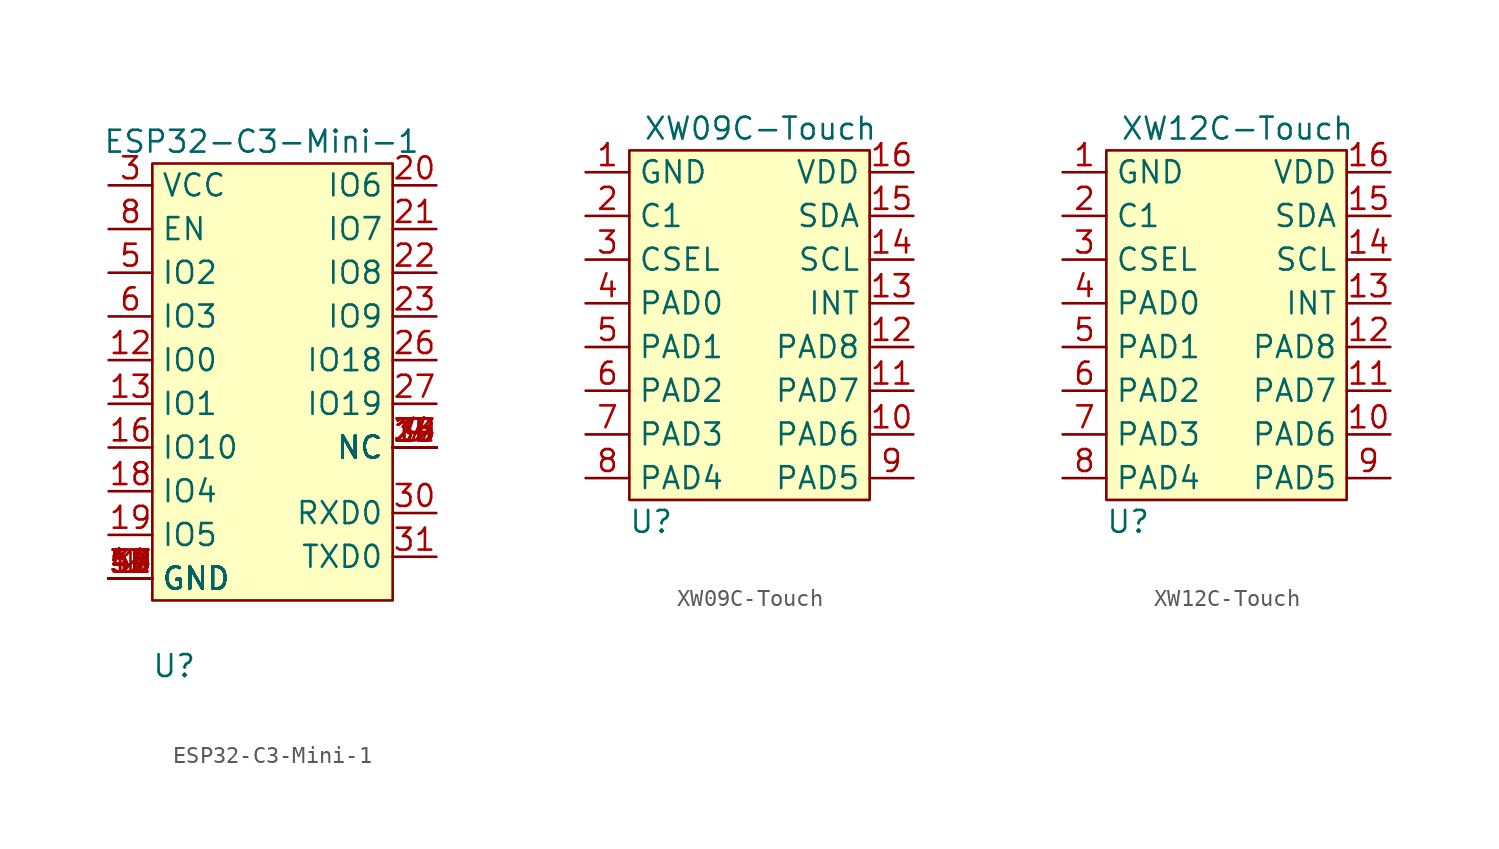
<source format=kicad_sym>
(kicad_symbol_lib
  (version 20210619)
  (generator kicad_symbol_editor)
  (symbol "TouchSplit:ESP32-C3-Mini-1"
    (property "Reference" "U"
      (at -5.08 -16.51 0)
      (effects (font (size 1.27 1.27))))
    (property "Value" "ESP32-C3-Mini-1"
      (at 0 13.97 0)
      (effects (font (size 1.27 1.27))))
    (symbol "ESP32-C3-Mini-1_0_1"
      (rectangle (start -6.35 12.7) (end 7.62 -12.7) (stroke (width 0.152)) (fill (type background))))
    (symbol "ESP32-C3-Mini-1_1_1"
      (pin input line (at -8.89 -11.43 0) (length 2.54) (name "GND" (effects (font (size 1.27 1.27)))) (number "1" (effects (font (size 1.27 1.27)))))
      (pin input line (at 10.16 -3.81 180) (length 2.54) (name "NC" (effects (font (size 1.27 1.27)))) (number "10" (effects (font (size 1.27 1.27)))))
      (pin input line (at -8.89 -11.43 0) (length 2.54) (name "GND" (effects (font (size 1.27 1.27)))) (number "11" (effects (font (size 1.27 1.27)))))
      (pin input line (at -8.89 1.27 0) (length 2.54) (name "IO0" (effects (font (size 1.27 1.27)))) (number "12" (effects (font (size 1.27 1.27)))))
      (pin input line (at -8.89 -1.27 0) (length 2.54) (name "IO1" (effects (font (size 1.27 1.27)))) (number "13" (effects (font (size 1.27 1.27)))))
      (pin input line (at -8.89 -11.43 0) (length 2.54) (name "GND" (effects (font (size 1.27 1.27)))) (number "14" (effects (font (size 1.27 1.27)))))
      (pin input line (at 10.16 -3.81 180) (length 2.54) (name "NC" (effects (font (size 1.27 1.27)))) (number "15" (effects (font (size 1.27 1.27)))))
      (pin input line (at -8.89 -3.81 0) (length 2.54) (name "IO10" (effects (font (size 1.27 1.27)))) (number "16" (effects (font (size 1.27 1.27)))))
      (pin input line (at 10.16 -3.81 180) (length 2.54) (name "NC" (effects (font (size 1.27 1.27)))) (number "17" (effects (font (size 1.27 1.27)))))
      (pin input line (at -8.89 -6.35 0) (length 2.54) (name "IO4" (effects (font (size 1.27 1.27)))) (number "18" (effects (font (size 1.27 1.27)))))
      (pin input line (at -8.89 -8.89 0) (length 2.54) (name "IO5" (effects (font (size 1.27 1.27)))) (number "19" (effects (font (size 1.27 1.27)))))
      (pin input line (at -8.89 -11.43 0) (length 2.54) (name "GND" (effects (font (size 1.27 1.27)))) (number "2" (effects (font (size 1.27 1.27)))))
      (pin input line (at 10.16 11.43 180) (length 2.54) (name "IO6" (effects (font (size 1.27 1.27)))) (number "20" (effects (font (size 1.27 1.27)))))
      (pin input line (at 10.16 8.89 180) (length 2.54) (name "IO7" (effects (font (size 1.27 1.27)))) (number "21" (effects (font (size 1.27 1.27)))))
      (pin input line (at 10.16 6.35 180) (length 2.54) (name "IO8" (effects (font (size 1.27 1.27)))) (number "22" (effects (font (size 1.27 1.27)))))
      (pin input line (at 10.16 3.81 180) (length 2.54) (name "IO9" (effects (font (size 1.27 1.27)))) (number "23" (effects (font (size 1.27 1.27)))))
      (pin input line (at 10.16 -3.81 180) (length 2.54) (name "NC" (effects (font (size 1.27 1.27)))) (number "24" (effects (font (size 1.27 1.27)))))
      (pin input line (at 10.16 -3.81 180) (length 2.54) (name "NC" (effects (font (size 1.27 1.27)))) (number "25" (effects (font (size 1.27 1.27)))))
      (pin input line (at 10.16 1.27 180) (length 2.54) (name "IO18" (effects (font (size 1.27 1.27)))) (number "26" (effects (font (size 1.27 1.27)))))
      (pin input line (at 10.16 -1.27 180) (length 2.54) (name "IO19" (effects (font (size 1.27 1.27)))) (number "27" (effects (font (size 1.27 1.27)))))
      (pin input line (at 10.16 -3.81 180) (length 2.54) (name "NC" (effects (font (size 1.27 1.27)))) (number "28" (effects (font (size 1.27 1.27)))))
      (pin input line (at 10.16 -3.81 180) (length 2.54) (name "NC" (effects (font (size 1.27 1.27)))) (number "29" (effects (font (size 1.27 1.27)))))
      (pin input line (at -8.89 11.43 0) (length 2.54) (name "VCC" (effects (font (size 1.27 1.27)))) (number "3" (effects (font (size 1.27 1.27)))))
      (pin input line (at 10.16 -7.62 180) (length 2.54) (name "RXD0" (effects (font (size 1.27 1.27)))) (number "30" (effects (font (size 1.27 1.27)))))
      (pin input line (at 10.16 -10.16 180) (length 2.54) (name "TXD0" (effects (font (size 1.27 1.27)))) (number "31" (effects (font (size 1.27 1.27)))))
      (pin input line (at 10.16 -3.81 180) (length 2.54) (name "NC" (effects (font (size 1.27 1.27)))) (number "32" (effects (font (size 1.27 1.27)))))
      (pin input line (at 10.16 -3.81 180) (length 2.54) (name "NC" (effects (font (size 1.27 1.27)))) (number "33" (effects (font (size 1.27 1.27)))))
      (pin input line (at 10.16 -3.81 180) (length 2.54) (name "NC" (effects (font (size 1.27 1.27)))) (number "34" (effects (font (size 1.27 1.27)))))
      (pin input line (at 10.16 -3.81 180) (length 2.54) (name "NC" (effects (font (size 1.27 1.27)))) (number "35" (effects (font (size 1.27 1.27)))))
      (pin input line (at -8.89 -11.43 0) (length 2.54) (name "GND" (effects (font (size 1.27 1.27)))) (number "36" (effects (font (size 1.27 1.27)))))
      (pin input line (at -8.89 -11.43 0) (length 2.54) (name "GND" (effects (font (size 1.27 1.27)))) (number "37" (effects (font (size 1.27 1.27)))))
      (pin input line (at -8.89 -11.43 0) (length 2.54) (name "GND" (effects (font (size 1.27 1.27)))) (number "38" (effects (font (size 1.27 1.27)))))
      (pin input line (at -8.89 -11.43 0) (length 2.54) (name "GND" (effects (font (size 1.27 1.27)))) (number "39" (effects (font (size 1.27 1.27)))))
      (pin input line (at 10.16 -3.81 180) (length 2.54) (name "NC" (effects (font (size 1.27 1.27)))) (number "4" (effects (font (size 1.27 1.27)))))
      (pin input line (at -8.89 -11.43 0) (length 2.54) (name "GND" (effects (font (size 1.27 1.27)))) (number "40" (effects (font (size 1.27 1.27)))))
      (pin input line (at -8.89 -11.43 0) (length 2.54) (name "GND" (effects (font (size 1.27 1.27)))) (number "41" (effects (font (size 1.27 1.27)))))
      (pin input line (at -8.89 -11.43 0) (length 2.54) (name "GND" (effects (font (size 1.27 1.27)))) (number "42" (effects (font (size 1.27 1.27)))))
      (pin input line (at -8.89 -11.43 0) (length 2.54) (name "GND" (effects (font (size 1.27 1.27)))) (number "43" (effects (font (size 1.27 1.27)))))
      (pin input line (at -8.89 -11.43 0) (length 2.54) (name "GND" (effects (font (size 1.27 1.27)))) (number "44" (effects (font (size 1.27 1.27)))))
      (pin input line (at -8.89 -11.43 0) (length 2.54) (name "GND" (effects (font (size 1.27 1.27)))) (number "45" (effects (font (size 1.27 1.27)))))
      (pin input line (at -8.89 -11.43 0) (length 2.54) (name "GND" (effects (font (size 1.27 1.27)))) (number "46" (effects (font (size 1.27 1.27)))))
      (pin input line (at -8.89 -11.43 0) (length 2.54) (name "GND" (effects (font (size 1.27 1.27)))) (number "47" (effects (font (size 1.27 1.27)))))
      (pin input line (at -8.89 -11.43 0) (length 2.54) (name "GND" (effects (font (size 1.27 1.27)))) (number "48" (effects (font (size 1.27 1.27)))))
      (pin input line (at -8.89 -11.43 0) (length 2.54) (name "GND" (effects (font (size 1.27 1.27)))) (number "49" (effects (font (size 1.27 1.27)))))
      (pin input line (at -8.89 6.35 0) (length 2.54) (name "IO2" (effects (font (size 1.27 1.27)))) (number "5" (effects (font (size 1.27 1.27)))))
      (pin input line (at -8.89 -11.43 0) (length 2.54) (name "GND" (effects (font (size 1.27 1.27)))) (number "50" (effects (font (size 1.27 1.27)))))
      (pin input line (at -8.89 -11.43 0) (length 2.54) (name "GND" (effects (font (size 1.27 1.27)))) (number "51" (effects (font (size 1.27 1.27)))))
      (pin input line (at -8.89 -11.43 0) (length 2.54) (name "GND" (effects (font (size 1.27 1.27)))) (number "52" (effects (font (size 1.27 1.27)))))
      (pin input line (at -8.89 -11.43 0) (length 2.54) (name "GND" (effects (font (size 1.27 1.27)))) (number "53" (effects (font (size 1.27 1.27)))))
      (pin input line (at -8.89 3.81 0) (length 2.54) (name "IO3" (effects (font (size 1.27 1.27)))) (number "6" (effects (font (size 1.27 1.27)))))
      (pin input line (at 10.16 -3.81 180) (length 2.54) (name "NC" (effects (font (size 1.27 1.27)))) (number "7" (effects (font (size 1.27 1.27)))))
      (pin input line (at -8.89 8.89 0) (length 2.54) (name "EN" (effects (font (size 1.27 1.27)))) (number "8" (effects (font (size 1.27 1.27)))))
      (pin input line (at 10.16 -3.81 180) (length 2.54) (name "NC" (effects (font (size 1.27 1.27)))) (number "9" (effects (font (size 1.27 1.27)))))))
  (symbol "TouchSplit:XW09C-Touch"
    (property "Reference" "U"
      (at -6.35 -7.62 0)
      (effects (font (size 1.27 1.27))))
    (property "Value" "XW09C-Touch"
      (at 0 15.24 0)
      (effects (font (size 1.27 1.27))))
    (symbol "XW09C-Touch_0_1"
      (rectangle (start -7.62 13.97) (end 6.35 -6.35) (stroke (width 0.152)) (fill (type background))))
    (symbol "XW09C-Touch_1_1"
      (pin input line (at -10.16 12.7 0) (length 2.54) (name "GND" (effects (font (size 1.27 1.27)))) (number "1" (effects (font (size 1.27 1.27)))))
      (pin input line (at 8.89 -2.54 180) (length 2.54) (name "PAD6" (effects (font (size 1.27 1.27)))) (number "10" (effects (font (size 1.27 1.27)))))
      (pin input line (at 8.89 0 180) (length 2.54) (name "PAD7" (effects (font (size 1.27 1.27)))) (number "11" (effects (font (size 1.27 1.27)))))
      (pin input line (at 8.89 2.54 180) (length 2.54) (name "PAD8" (effects (font (size 1.27 1.27)))) (number "12" (effects (font (size 1.27 1.27)))))
      (pin input line (at 8.89 5.08 180) (length 2.54) (name "INT" (effects (font (size 1.27 1.27)))) (number "13" (effects (font (size 1.27 1.27)))))
      (pin input line (at 8.89 7.62 180) (length 2.54) (name "SCL" (effects (font (size 1.27 1.27)))) (number "14" (effects (font (size 1.27 1.27)))))
      (pin input line (at 8.89 10.16 180) (length 2.54) (name "SDA" (effects (font (size 1.27 1.27)))) (number "15" (effects (font (size 1.27 1.27)))))
      (pin input line (at 8.89 12.7 180) (length 2.54) (name "VDD" (effects (font (size 1.27 1.27)))) (number "16" (effects (font (size 1.27 1.27)))))
      (pin input line (at -10.16 10.16 0) (length 2.54) (name "C1" (effects (font (size 1.27 1.27)))) (number "2" (effects (font (size 1.27 1.27)))))
      (pin input line (at -10.16 7.62 0) (length 2.54) (name "CSEL" (effects (font (size 1.27 1.27)))) (number "3" (effects (font (size 1.27 1.27)))))
      (pin input line (at -10.16 5.08 0) (length 2.54) (name "PAD0" (effects (font (size 1.27 1.27)))) (number "4" (effects (font (size 1.27 1.27)))))
      (pin input line (at -10.16 2.54 0) (length 2.54) (name "PAD1" (effects (font (size 1.27 1.27)))) (number "5" (effects (font (size 1.27 1.27)))))
      (pin input line (at -10.16 0 0) (length 2.54) (name "PAD2" (effects (font (size 1.27 1.27)))) (number "6" (effects (font (size 1.27 1.27)))))
      (pin input line (at -10.16 -2.54 0) (length 2.54) (name "PAD3" (effects (font (size 1.27 1.27)))) (number "7" (effects (font (size 1.27 1.27)))))
      (pin input line (at -10.16 -5.08 0) (length 2.54) (name "PAD4" (effects (font (size 1.27 1.27)))) (number "8" (effects (font (size 1.27 1.27)))))
      (pin input line (at 8.89 -5.08 180) (length 2.54) (name "PAD5" (effects (font (size 1.27 1.27)))) (number "9" (effects (font (size 1.27 1.27)))))))
  (symbol "TouchSplit:XW12C-Touch"
    (property "Reference" "U"
      (at -6.35 -7.62 0)
      (effects (font (size 1.27 1.27))))
    (property "Value" "XW12C-Touch"
      (at 0 15.24 0)
      (effects (font (size 1.27 1.27))))
    (symbol "XW12C-Touch_0_1"
      (rectangle (start -7.62 13.97) (end 6.35 -6.35) (stroke (width 0.152)) (fill (type background))))
    (symbol "XW12C-Touch_1_1"
      (pin input line (at -10.16 12.7 0) (length 2.54) (name "GND" (effects (font (size 1.27 1.27)))) (number "1" (effects (font (size 1.27 1.27)))))
      (pin input line (at 8.89 -2.54 180) (length 2.54) (name "PAD6" (effects (font (size 1.27 1.27)))) (number "10" (effects (font (size 1.27 1.27)))))
      (pin input line (at 8.89 0 180) (length 2.54) (name "PAD7" (effects (font (size 1.27 1.27)))) (number "11" (effects (font (size 1.27 1.27)))))
      (pin input line (at 8.89 2.54 180) (length 2.54) (name "PAD8" (effects (font (size 1.27 1.27)))) (number "12" (effects (font (size 1.27 1.27)))))
      (pin input line (at 8.89 5.08 180) (length 2.54) (name "INT" (effects (font (size 1.27 1.27)))) (number "13" (effects (font (size 1.27 1.27)))))
      (pin input line (at 8.89 7.62 180) (length 2.54) (name "SCL" (effects (font (size 1.27 1.27)))) (number "14" (effects (font (size 1.27 1.27)))))
      (pin input line (at 8.89 10.16 180) (length 2.54) (name "SDA" (effects (font (size 1.27 1.27)))) (number "15" (effects (font (size 1.27 1.27)))))
      (pin input line (at 8.89 12.7 180) (length 2.54) (name "VDD" (effects (font (size 1.27 1.27)))) (number "16" (effects (font (size 1.27 1.27)))))
      (pin input line (at -10.16 10.16 0) (length 2.54) (name "C1" (effects (font (size 1.27 1.27)))) (number "2" (effects (font (size 1.27 1.27)))))
      (pin input line (at -10.16 7.62 0) (length 2.54) (name "CSEL" (effects (font (size 1.27 1.27)))) (number "3" (effects (font (size 1.27 1.27)))))
      (pin input line (at -10.16 5.08 0) (length 2.54) (name "PAD0" (effects (font (size 1.27 1.27)))) (number "4" (effects (font (size 1.27 1.27)))))
      (pin input line (at -10.16 2.54 0) (length 2.54) (name "PAD1" (effects (font (size 1.27 1.27)))) (number "5" (effects (font (size 1.27 1.27)))))
      (pin input line (at -10.16 0 0) (length 2.54) (name "PAD2" (effects (font (size 1.27 1.27)))) (number "6" (effects (font (size 1.27 1.27)))))
      (pin input line (at -10.16 -2.54 0) (length 2.54) (name "PAD3" (effects (font (size 1.27 1.27)))) (number "7" (effects (font (size 1.27 1.27)))))
      (pin input line (at -10.16 -5.08 0) (length 2.54) (name "PAD4" (effects (font (size 1.27 1.27)))) (number "8" (effects (font (size 1.27 1.27)))))
      (pin input line (at 8.89 -5.08 180) (length 2.54) (name "PAD5" (effects (font (size 1.27 1.27)))) (number "9" (effects (font (size 1.27 1.27))))))))
</source>
